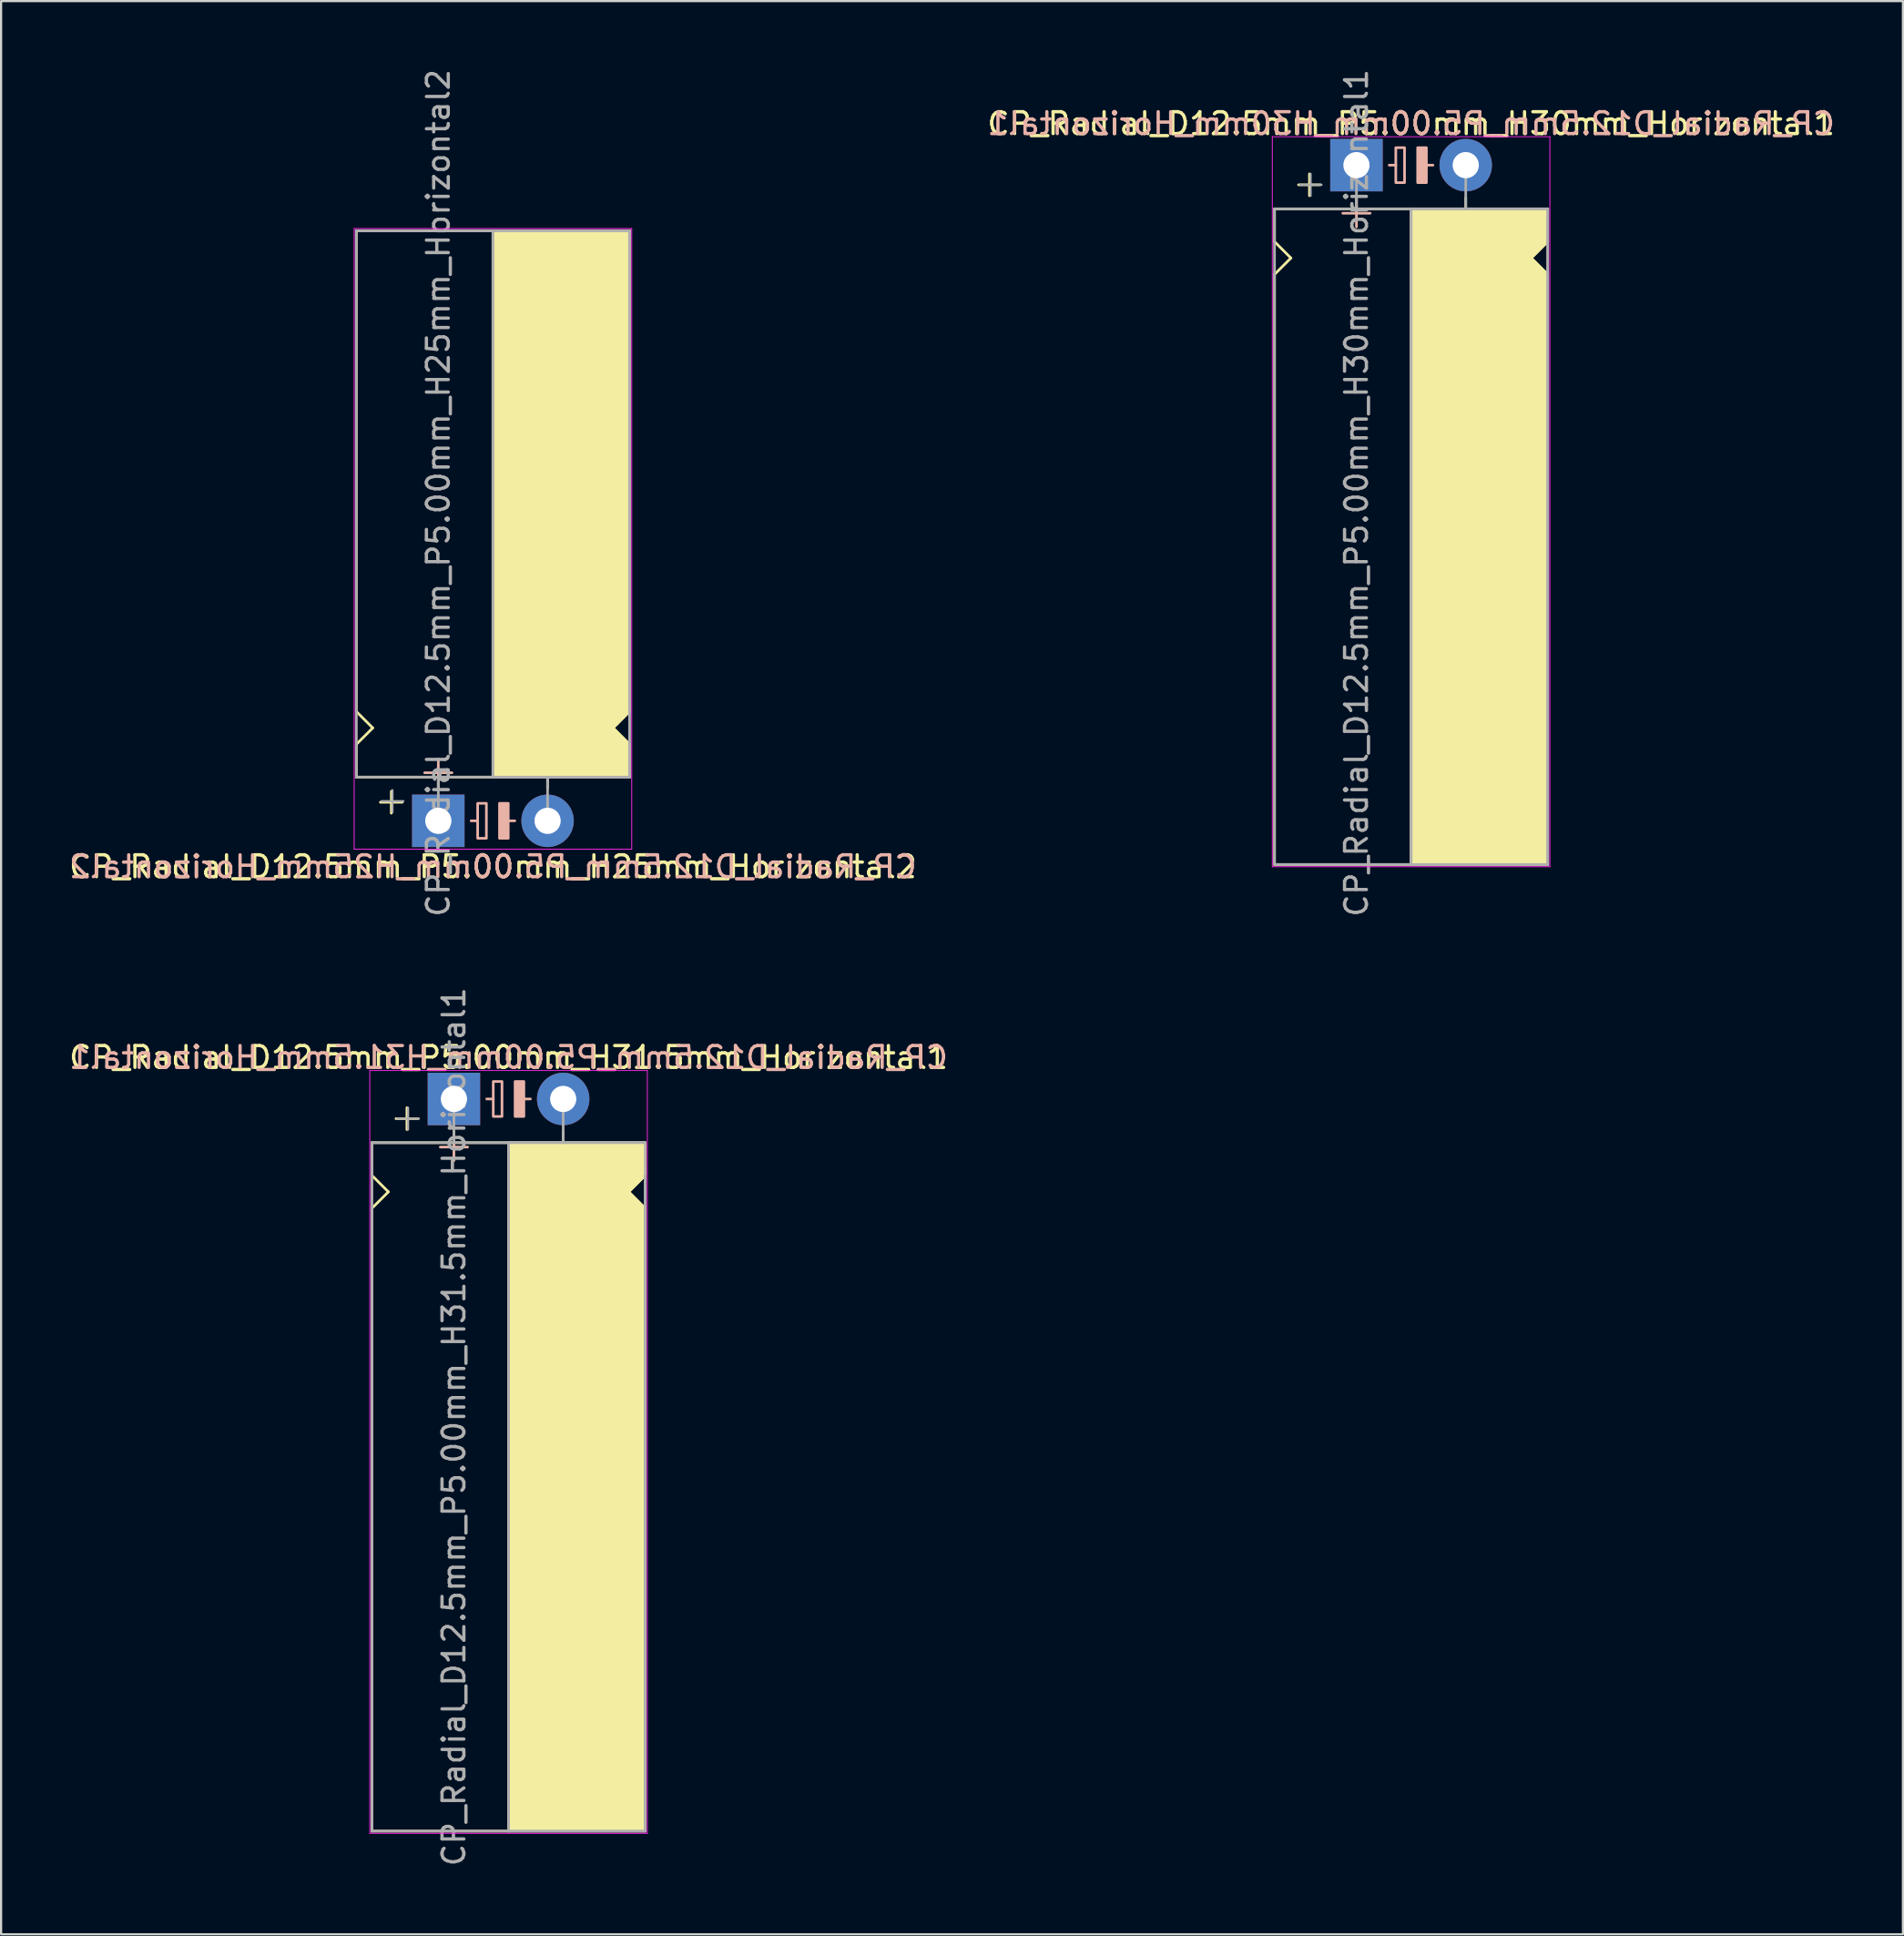
<source format=kicad_pcb>
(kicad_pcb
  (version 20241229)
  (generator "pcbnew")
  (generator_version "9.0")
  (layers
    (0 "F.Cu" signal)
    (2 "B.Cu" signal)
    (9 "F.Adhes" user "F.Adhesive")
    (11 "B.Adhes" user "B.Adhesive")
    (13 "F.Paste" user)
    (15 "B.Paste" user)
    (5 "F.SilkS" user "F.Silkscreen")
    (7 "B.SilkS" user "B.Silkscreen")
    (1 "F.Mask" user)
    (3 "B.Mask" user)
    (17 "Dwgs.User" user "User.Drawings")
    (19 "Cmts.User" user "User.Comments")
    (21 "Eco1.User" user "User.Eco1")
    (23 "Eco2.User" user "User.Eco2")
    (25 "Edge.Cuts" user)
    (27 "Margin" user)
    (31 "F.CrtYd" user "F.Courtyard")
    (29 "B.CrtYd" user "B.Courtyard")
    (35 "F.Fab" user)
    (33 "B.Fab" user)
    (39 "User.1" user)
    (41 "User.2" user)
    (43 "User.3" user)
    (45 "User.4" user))
  (footprint "CP_Radial_D12.5mm_P5.00mm_H25mm_Horizontal2"
    (layer "F.Cu")
    (at 17.006 34.506)
    (property "Reference" "CP_Radial_D12.5mm_P5.00mm_H25mm_Horizontal2" (at 2.5 2.1 180) (layer "F.SilkS") (effects (font (size 1 1) (thickness 0.15))))
    (fp_line (start -3.75 -5) (end -3.75 -27) (stroke (width 0.12) (type solid)) (layer "F.SilkS"))
    (fp_line (start -3.75 -3.5) (end -3 -4.25) (stroke (width 0.12) (type solid)) (layer "F.SilkS"))
    (fp_line (start -3.75 -2) (end -3.75 -3.5) (stroke (width 0.12) (type solid)) (layer "F.SilkS"))
    (fp_line (start -3 -4.25) (end -3.75 -5) (stroke (width 0.12) (type solid)) (layer "F.SilkS"))
    (fp_line (start -2.15 -1.35) (end -2.15 -0.35) (stroke (width 0.12) (type solid)) (layer "F.SilkS"))
    (fp_line (start -1.65 -0.85) (end -2.65 -0.85) (stroke (width 0.12) (type solid)) (layer "F.SilkS"))
    (fp_line (start 0 -1.5) (end 0 -2) (stroke (width 0.12) (type solid)) (layer "F.SilkS"))
    (fp_line (start 2.5 -2) (end -3.75 -2) (stroke (width 0.12) (type solid)) (layer "F.SilkS"))
    (fp_line (start 2.5 -2) (end 2.5 -27) (stroke (width 0.12) (type solid)) (layer "F.SilkS"))
    (fp_line (start 2.5 -2) (end 8.75 -2) (stroke (width 0.12) (type solid)) (layer "F.SilkS"))
    (fp_line (start 5 -1.5) (end 5 -2) (stroke (width 0.12) (type solid)) (layer "F.SilkS"))
    (fp_line (start 8 -4.25) (end 8.75 -5) (stroke (width 0.12) (type solid)) (layer "F.SilkS"))
    (fp_line (start 8.75 -27) (end -3.75 -27) (stroke (width 0.12) (type solid)) (layer "F.SilkS"))
    (fp_line (start 8.75 -5) (end 8.75 -27) (stroke (width 0.12) (type solid)) (layer "F.SilkS"))
    (fp_line (start 8.75 -3.5) (end 8 -4.25) (stroke (width 0.12) (type solid)) (layer "F.SilkS"))
    (fp_line (start 8.75 -2) (end 8.75 -3.5) (stroke (width 0.12) (type solid)) (layer "F.SilkS"))
    (fp_poly (pts (xy 8.75 -3.5) (xy 8 -4.25) (xy 8.75 -5) (xy 8.75 -27) (xy 2.5 -27) (xy 2.5 -2) (xy 8.75 -2)) (stroke (width 0.1) (type solid)) (fill yes) (layer "F.SilkS"))
    (fp_line (start 0 -2.825) (end 0 -1.575) (stroke (width 0.12) (type solid)) (layer "B.SilkS"))
    (fp_line (start 0.625 -2.2) (end -0.625 -2.2) (stroke (width 0.12) (type solid)) (layer "B.SilkS"))
    (fp_line (start 1.8 0) (end 1.5 0) (stroke (width 0.12) (type solid)) (layer "B.SilkS"))
    (fp_line (start 3.5 0) (end 3.2 0) (stroke (width 0.12) (type solid)) (layer "B.SilkS"))
    (fp_rect (start 2.2 -0.8) (end 1.8 0.8) (stroke (width 0.12) (type solid)) (fill no) (layer "B.SilkS"))
    (fp_rect (start 3.2 -0.8) (end 2.8 0.8) (stroke (width 0.12) (type solid)) (fill yes) (layer "B.SilkS"))
    (fp_line (start -3.85 -27.1) (end -3.85 1.3) (stroke (width 0.04) (type solid)) (layer "F.CrtYd"))
    (fp_line (start 8.85 -27.1) (end -3.85 -27.1) (stroke (width 0.04) (type solid)) (layer "F.CrtYd"))
    (fp_line (start 8.85 1.3) (end -3.85 1.3) (stroke (width 0.04) (type solid)) (layer "F.CrtYd"))
    (fp_line (start 8.85 1.3) (end 8.85 -27.1) (stroke (width 0.04) (type solid)) (layer "F.CrtYd"))
    (fp_line (start -3.75 -27) (end 8.75 -27) (stroke (width 0.12) (type solid)) (layer "F.Fab"))
    (fp_line (start -3.75 -2) (end -3.75 -27) (stroke (width 0.12) (type solid)) (layer "F.Fab"))
    (fp_line (start -2.6 -0.9) (end -1.6 -0.9) (stroke (width 0.1) (type solid)) (layer "F.Fab"))
    (fp_line (start -2.1 -0.4) (end -2.1 -1.4) (stroke (width 0.1) (type solid)) (layer "F.Fab"))
    (fp_line (start 0 -2) (end -3.75 -2) (stroke (width 0.12) (type solid)) (layer "F.Fab"))
    (fp_line (start 0 0) (end 0 -2) (stroke (width 0.12) (type solid)) (layer "F.Fab"))
    (fp_line (start 2.5 -2) (end 2.5 -27) (stroke (width 0.12) (type solid)) (layer "F.Fab"))
    (fp_line (start 5 -2) (end 5 0) (stroke (width 0.12) (type solid)) (layer "F.Fab"))
    (fp_line (start 8.75 -27) (end 8.75 -2) (stroke (width 0.12) (type solid)) (layer "F.Fab"))
    (fp_line (start 8.75 -2) (end 0 -2) (stroke (width 0.12) (type solid)) (layer "F.Fab"))
    (fp_poly (pts (xy 8.75 -27) (xy 2.5 -27) (xy 2.5 -2) (xy 8.75 -2)) (stroke (width 0.1) (type solid)) (fill no) (layer "F.Fab"))
    (fp_text user "${REFERENCE}" (at 2.5 2.1 0) (layer "B.SilkS") (effects (font (size 1 1) (thickness 0.15)) (justify mirror)))
    (fp_text user "${REFERENCE}" (at 0 -15 90) (layer "F.Fab") (effects (font (size 1 1) (thickness 0.15))))
    (pad "1" thru_hole rect (at 0 0) (size 2.4 2.4) (drill 1.2) (layers "*.Cu" "*.Mask"))
    (pad "2" thru_hole circle (at 5 0) (size 2.4 2.4) (drill 1.2) (layers "*.Cu" "*.Mask")))
  (footprint "CP_Radial_D12.5mm_P5.00mm_H30mm_Horizontal1"
    (layer "F.Cu")
    (at 59.018 4.506)
    (property "Reference" "CP_Radial_D12.5mm_P5.00mm_H30mm_Horizontal1" (at 2.5 -1.9 180) (layer "F.SilkS") (effects (font (size 1 1) (thickness 0.15))))
    (fp_line (start -3.75 2) (end -3.75 3.5) (stroke (width 0.12) (type solid)) (layer "F.SilkS"))
    (fp_line (start -3.75 3.5) (end -3 4.25) (stroke (width 0.12) (type solid)) (layer "F.SilkS"))
    (fp_line (start -3.75 5) (end -3.75 32) (stroke (width 0.12) (type solid)) (layer "F.SilkS"))
    (fp_line (start -3 4.25) (end -3.75 5) (stroke (width 0.12) (type solid)) (layer "F.SilkS"))
    (fp_line (start -2.15 0.4) (end -2.15 1.4) (stroke (width 0.12) (type solid)) (layer "F.SilkS"))
    (fp_line (start -1.65 0.9) (end -2.65 0.9) (stroke (width 0.12) (type solid)) (layer "F.SilkS"))
    (fp_line (start 0 1.5) (end 0 2) (stroke (width 0.12) (type solid)) (layer "F.SilkS"))
    (fp_line (start 2.5 2) (end -3.75 2) (stroke (width 0.12) (type solid)) (layer "F.SilkS"))
    (fp_line (start 2.5 2) (end 2.5 32) (stroke (width 0.12) (type solid)) (layer "F.SilkS"))
    (fp_line (start 2.5 2) (end 8.75 2) (stroke (width 0.12) (type solid)) (layer "F.SilkS"))
    (fp_line (start 5 1.5) (end 5 2) (stroke (width 0.12) (type solid)) (layer "F.SilkS"))
    (fp_line (start 8 4.25) (end 8.75 5) (stroke (width 0.12) (type solid)) (layer "F.SilkS"))
    (fp_line (start 8.75 2) (end 8.75 3.5) (stroke (width 0.12) (type solid)) (layer "F.SilkS"))
    (fp_line (start 8.75 3.5) (end 8 4.25) (stroke (width 0.12) (type solid)) (layer "F.SilkS"))
    (fp_line (start 8.75 5) (end 8.75 32) (stroke (width 0.12) (type solid)) (layer "F.SilkS"))
    (fp_line (start 8.75 32) (end -3.75 32) (stroke (width 0.12) (type solid)) (layer "F.SilkS"))
    (fp_poly (pts (xy 8.75 3.5) (xy 8 4.25) (xy 8.75 5) (xy 8.75 32) (xy 2.5 32) (xy 2.5 2) (xy 8.75 2)) (stroke (width 0.1) (type solid)) (fill yes) (layer "F.SilkS"))
    (fp_line (start 0 1.575) (end 0 2.825) (stroke (width 0.12) (type solid)) (layer "B.SilkS"))
    (fp_line (start 0.625 2.2) (end -0.625 2.2) (stroke (width 0.12) (type solid)) (layer "B.SilkS"))
    (fp_line (start 1.8 0) (end 1.5 0) (stroke (width 0.12) (type solid)) (layer "B.SilkS"))
    (fp_line (start 3.5 0) (end 3.2 0) (stroke (width 0.12) (type solid)) (layer "B.SilkS"))
    (fp_rect (start 2.2 -0.8) (end 1.8 0.8) (stroke (width 0.12) (type solid)) (fill no) (layer "B.SilkS"))
    (fp_rect (start 3.2 -0.8) (end 2.8 0.8) (stroke (width 0.12) (type solid)) (fill yes) (layer "B.SilkS"))
    (fp_line (start -3.85 -1.3) (end 8.85 -1.3) (stroke (width 0.04) (type solid)) (layer "F.CrtYd"))
    (fp_line (start -3.85 32.1) (end -3.85 -1.3) (stroke (width 0.04) (type solid)) (layer "F.CrtYd"))
    (fp_line (start 8.85 -1.3) (end 8.85 32.1) (stroke (width 0.04) (type solid)) (layer "F.CrtYd"))
    (fp_line (start 8.85 32.1) (end -3.85 32.1) (stroke (width 0.04) (type solid)) (layer "F.CrtYd"))
    (fp_line (start -3.75 2) (end -3.75 32) (stroke (width 0.12) (type solid)) (layer "F.Fab"))
    (fp_line (start -3.75 32) (end 8.75 32) (stroke (width 0.12) (type solid)) (layer "F.Fab"))
    (fp_line (start -2.6 0.9) (end -1.6 0.9) (stroke (width 0.1) (type solid)) (layer "F.Fab"))
    (fp_line (start -2.1 1.4) (end -2.1 0.4) (stroke (width 0.1) (type solid)) (layer "F.Fab"))
    (fp_line (start 0 0) (end 0 2) (stroke (width 0.12) (type solid)) (layer "F.Fab"))
    (fp_line (start 0 2) (end -3.75 2) (stroke (width 0.12) (type solid)) (layer "F.Fab"))
    (fp_line (start 2.5 2) (end 2.5 32) (stroke (width 0.12) (type solid)) (layer "F.Fab"))
    (fp_line (start 5 2) (end 5 0) (stroke (width 0.12) (type solid)) (layer "F.Fab"))
    (fp_line (start 8.75 2) (end 0 2) (stroke (width 0.12) (type solid)) (layer "F.Fab"))
    (fp_line (start 8.75 32) (end 8.75 2) (stroke (width 0.12) (type solid)) (layer "F.Fab"))
    (fp_poly (pts (xy 8.75 32) (xy 2.5 32) (xy 2.5 2) (xy 8.75 2)) (stroke (width 0.1) (type solid)) (fill no) (layer "F.Fab"))
    (fp_text user "${REFERENCE}" (at 2.5 -1.9 0) (layer "B.SilkS") (effects (font (size 1 1) (thickness 0.15)) (justify mirror)))
    (fp_text user "${REFERENCE}" (at 0 15 90) (layer "F.Fab") (effects (font (size 1 1) (thickness 0.15))))
    (pad "1" thru_hole rect (at 0 0) (size 2.4 2.4) (drill 1.2) (layers "*.Cu" "*.Mask"))
    (pad "2" thru_hole circle (at 5 0) (size 2.4 2.4) (drill 1.2) (layers "*.Cu" "*.Mask")))
  (footprint "CP_Radial_D12.5mm_P5.00mm_H31.5mm_Horizontal1"
    (layer "F.Cu")
    (at 17.72 47.232)
    (property "Reference" "CP_Radial_D12.5mm_P5.00mm_H31.5mm_Horizontal1" (at 2.5 -1.9 180) (layer "F.SilkS") (effects (font (size 1 1) (thickness 0.15))))
    (fp_line (start -3.75 2) (end -3.75 3.5) (stroke (width 0.12) (type solid)) (layer "F.SilkS"))
    (fp_line (start -3.75 3.5) (end -3 4.25) (stroke (width 0.12) (type solid)) (layer "F.SilkS"))
    (fp_line (start -3.75 5) (end -3.75 33.5) (stroke (width 0.12) (type solid)) (layer "F.SilkS"))
    (fp_line (start -3 4.25) (end -3.75 5) (stroke (width 0.12) (type solid)) (layer "F.SilkS"))
    (fp_line (start -2.15 0.4) (end -2.15 1.4) (stroke (width 0.12) (type solid)) (layer "F.SilkS"))
    (fp_line (start -1.65 0.9) (end -2.65 0.9) (stroke (width 0.12) (type solid)) (layer "F.SilkS"))
    (fp_line (start 0 1.5) (end 0 2) (stroke (width 0.12) (type solid)) (layer "F.SilkS"))
    (fp_line (start 2.5 2) (end -3.75 2) (stroke (width 0.12) (type solid)) (layer "F.SilkS"))
    (fp_line (start 2.5 2) (end 2.5 33.5) (stroke (width 0.12) (type solid)) (layer "F.SilkS"))
    (fp_line (start 2.5 2) (end 8.75 2) (stroke (width 0.12) (type solid)) (layer "F.SilkS"))
    (fp_line (start 5 1.5) (end 5 2) (stroke (width 0.12) (type solid)) (layer "F.SilkS"))
    (fp_line (start 8 4.25) (end 8.75 5) (stroke (width 0.12) (type solid)) (layer "F.SilkS"))
    (fp_line (start 8.75 2) (end 8.75 3.5) (stroke (width 0.12) (type solid)) (layer "F.SilkS"))
    (fp_line (start 8.75 3.5) (end 8 4.25) (stroke (width 0.12) (type solid)) (layer "F.SilkS"))
    (fp_line (start 8.75 5) (end 8.75 33.5) (stroke (width 0.12) (type solid)) (layer "F.SilkS"))
    (fp_line (start 8.75 33.5) (end -3.75 33.5) (stroke (width 0.12) (type solid)) (layer "F.SilkS"))
    (fp_poly (pts (xy 8.75 3.5) (xy 8 4.25) (xy 8.75 5) (xy 8.75 33.5) (xy 2.5 33.5) (xy 2.5 2) (xy 8.75 2)) (stroke (width 0.1) (type solid)) (fill yes) (layer "F.SilkS"))
    (fp_line (start 0 1.575) (end 0 2.825) (stroke (width 0.12) (type solid)) (layer "B.SilkS"))
    (fp_line (start 0.625 2.2) (end -0.625 2.2) (stroke (width 0.12) (type solid)) (layer "B.SilkS"))
    (fp_line (start 1.8 0) (end 1.5 0) (stroke (width 0.12) (type solid)) (layer "B.SilkS"))
    (fp_line (start 3.5 0) (end 3.2 0) (stroke (width 0.12) (type solid)) (layer "B.SilkS"))
    (fp_rect (start 2.2 -0.8) (end 1.8 0.8) (stroke (width 0.12) (type solid)) (fill no) (layer "B.SilkS"))
    (fp_rect (start 3.2 -0.8) (end 2.8 0.8) (stroke (width 0.12) (type solid)) (fill yes) (layer "B.SilkS"))
    (fp_line (start -3.85 -1.3) (end 8.85 -1.3) (stroke (width 0.04) (type solid)) (layer "F.CrtYd"))
    (fp_line (start -3.85 33.6) (end -3.85 -1.3) (stroke (width 0.04) (type solid)) (layer "F.CrtYd"))
    (fp_line (start 8.85 -1.3) (end 8.85 33.6) (stroke (width 0.04) (type solid)) (layer "F.CrtYd"))
    (fp_line (start 8.85 33.6) (end -3.85 33.6) (stroke (width 0.04) (type solid)) (layer "F.CrtYd"))
    (fp_line (start -3.75 2) (end -3.75 33.5) (stroke (width 0.12) (type solid)) (layer "F.Fab"))
    (fp_line (start -3.75 33.5) (end 8.75 33.5) (stroke (width 0.12) (type solid)) (layer "F.Fab"))
    (fp_line (start -2.6 0.9) (end -1.6 0.9) (stroke (width 0.1) (type solid)) (layer "F.Fab"))
    (fp_line (start -2.1 1.4) (end -2.1 0.4) (stroke (width 0.1) (type solid)) (layer "F.Fab"))
    (fp_line (start 0 0) (end 0 2) (stroke (width 0.12) (type solid)) (layer "F.Fab"))
    (fp_line (start 0 2) (end -3.75 2) (stroke (width 0.12) (type solid)) (layer "F.Fab"))
    (fp_line (start 2.5 2) (end 2.5 33.5) (stroke (width 0.12) (type solid)) (layer "F.Fab"))
    (fp_line (start 5 2) (end 5 0) (stroke (width 0.12) (type solid)) (layer "F.Fab"))
    (fp_line (start 8.75 2) (end 0 2) (stroke (width 0.12) (type solid)) (layer "F.Fab"))
    (fp_line (start 8.75 33.5) (end 8.75 3.5) (stroke (width 0.12) (type solid)) (layer "F.Fab"))
    (fp_poly (pts (xy 8.75 33.5) (xy 2.5 33.5) (xy 2.5 2) (xy 8.75 2)) (stroke (width 0.1) (type solid)) (fill no) (layer "F.Fab"))
    (fp_text user "${REFERENCE}" (at 2.5 -1.9 0) (layer "B.SilkS") (effects (font (size 1 1) (thickness 0.15)) (justify mirror)))
    (fp_text user "${REFERENCE}" (at 0 15 90) (layer "F.Fab") (effects (font (size 1 1) (thickness 0.15))))
    (pad "1" thru_hole rect (at 0 0) (size 2.4 2.4) (drill 1.2) (layers "*.Cu" "*.Mask"))
    (pad "2" thru_hole circle (at 5 0) (size 2.4 2.4) (drill 1.2) (layers "*.Cu" "*.Mask")))
  (gr_rect
    (start -3 -3)
    (end 84.024 85.452)
    (stroke (width 0.1) (type default))
    (fill no)
    (layer "Edge.Cuts")))
</source>
